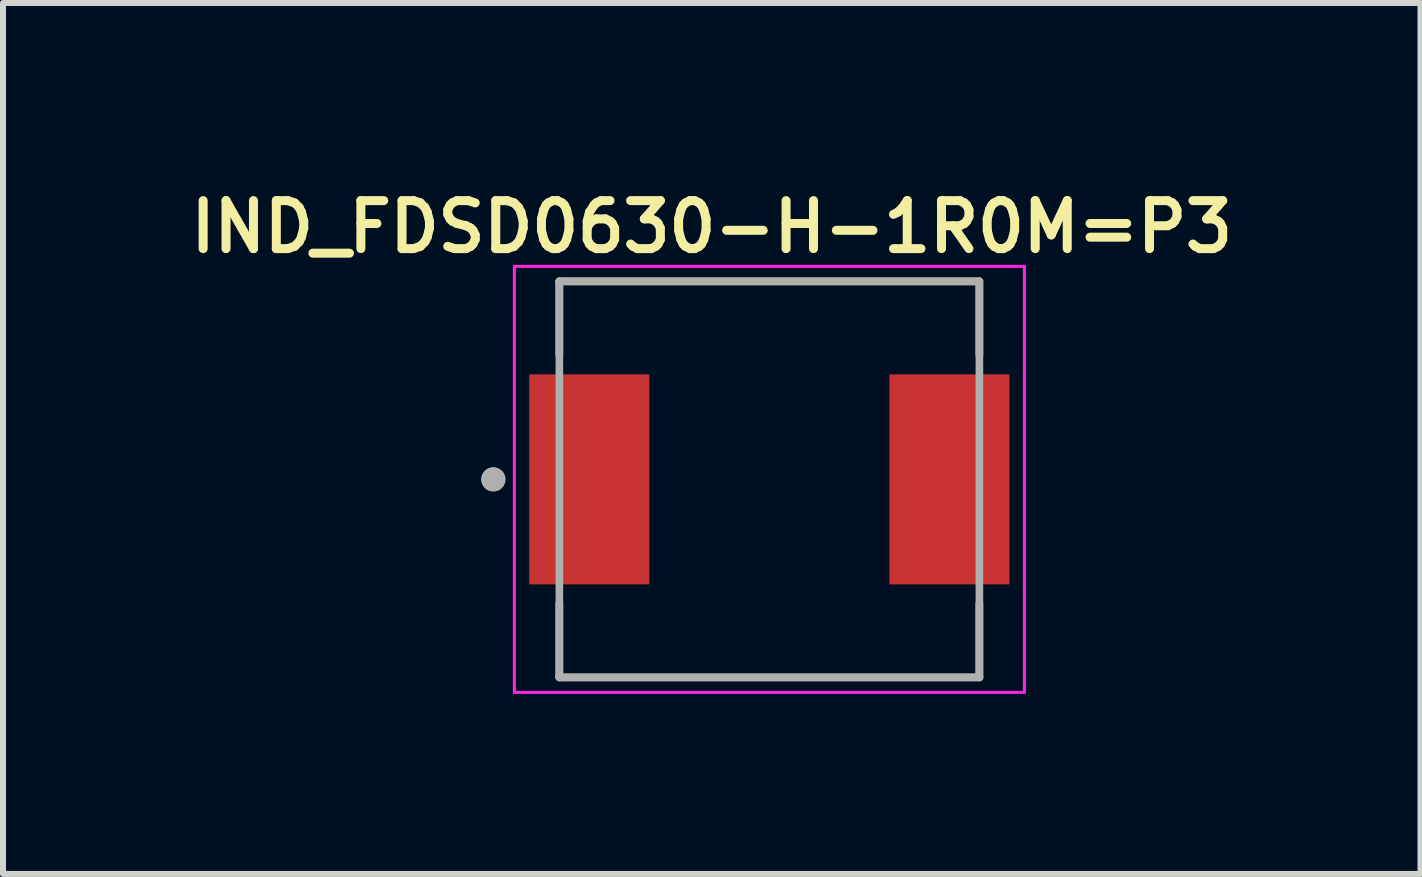
<source format=kicad_pcb>
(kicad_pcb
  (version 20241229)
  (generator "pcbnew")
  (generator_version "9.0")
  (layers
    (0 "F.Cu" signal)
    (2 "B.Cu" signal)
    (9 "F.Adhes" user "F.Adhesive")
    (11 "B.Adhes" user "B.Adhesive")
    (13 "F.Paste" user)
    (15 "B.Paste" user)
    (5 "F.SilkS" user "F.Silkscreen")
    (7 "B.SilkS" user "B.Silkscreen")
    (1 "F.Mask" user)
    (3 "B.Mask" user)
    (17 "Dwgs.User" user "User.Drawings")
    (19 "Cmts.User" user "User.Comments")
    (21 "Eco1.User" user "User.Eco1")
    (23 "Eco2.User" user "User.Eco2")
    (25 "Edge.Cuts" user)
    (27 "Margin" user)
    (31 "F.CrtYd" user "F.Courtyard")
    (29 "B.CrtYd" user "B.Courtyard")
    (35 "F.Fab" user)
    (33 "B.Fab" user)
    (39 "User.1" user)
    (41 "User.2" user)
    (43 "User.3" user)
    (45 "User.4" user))
  (footprint "IND_FDSD0630-H-1R0M=P3"
    (layer "F.Cu")
    (at 9.772 4.939)
    (property "Reference" "IND_FDSD0630-H-1R0M=P3" (at -0.96 -4.208 0) (layer "F.SilkS") (effects (font (size 0.8 0.8) (thickness 0.15))))
    (attr smd)
    (fp_line (start -3.5 -3.3) (end 3.5 -3.3) (stroke (width 0.127) (type solid)) (layer "F.SilkS"))
    (fp_line (start -3.5 -2.07) (end -3.5 -3.3) (stroke (width 0.127) (type solid)) (layer "F.SilkS"))
    (fp_line (start -3.5 2.07) (end -3.5 3.3) (stroke (width 0.127) (type solid)) (layer "F.SilkS"))
    (fp_line (start -3.5 3.3) (end 3.5 3.3) (stroke (width 0.127) (type solid)) (layer "F.SilkS"))
    (fp_line (start 3.5 -3.3) (end 3.5 -2.07) (stroke (width 0.127) (type solid)) (layer "F.SilkS"))
    (fp_line (start 3.5 3.3) (end 3.5 2.07) (stroke (width 0.127) (type solid)) (layer "F.SilkS"))
    (fp_circle (center -4.6 0) (end -4.5 0) (stroke (width 0.2) (type solid)) (fill no) (layer "F.SilkS"))
    (fp_line (start -4.25 -3.55) (end 4.25 -3.55) (stroke (width 0.05) (type solid)) (layer "F.CrtYd"))
    (fp_line (start -4.25 3.55) (end -4.25 -3.55) (stroke (width 0.05) (type solid)) (layer "F.CrtYd"))
    (fp_line (start 4.25 -3.55) (end 4.25 3.55) (stroke (width 0.05) (type solid)) (layer "F.CrtYd"))
    (fp_line (start 4.25 3.55) (end -4.25 3.55) (stroke (width 0.05) (type solid)) (layer "F.CrtYd"))
    (fp_line (start -3.5 -3.3) (end 3.5 -3.3) (stroke (width 0.127) (type solid)) (layer "F.Fab"))
    (fp_line (start -3.5 3.3) (end -3.5 -3.3) (stroke (width 0.127) (type solid)) (layer "F.Fab"))
    (fp_line (start 3.5 -3.3) (end 3.5 3.3) (stroke (width 0.127) (type solid)) (layer "F.Fab"))
    (fp_line (start 3.5 3.3) (end -3.5 3.3) (stroke (width 0.127) (type solid)) (layer "F.Fab"))
    (fp_circle (center -4.6 0) (end -4.5 0) (stroke (width 0.2) (type solid)) (fill no) (layer "F.Fab"))
    (pad "1" smd rect (at -3 0) (size 2 3.5) (layers "F.Cu" "F.Mask" "F.Paste"))
    (pad "2" smd rect (at 3 0) (size 2 3.5) (layers "F.Cu" "F.Mask" "F.Paste")))
  (gr_rect
    (start -3 -3)
    (end 20.623 11.514)
    (stroke (width 0.1) (type default))
    (fill no)
    (layer "Edge.Cuts")))
</source>
